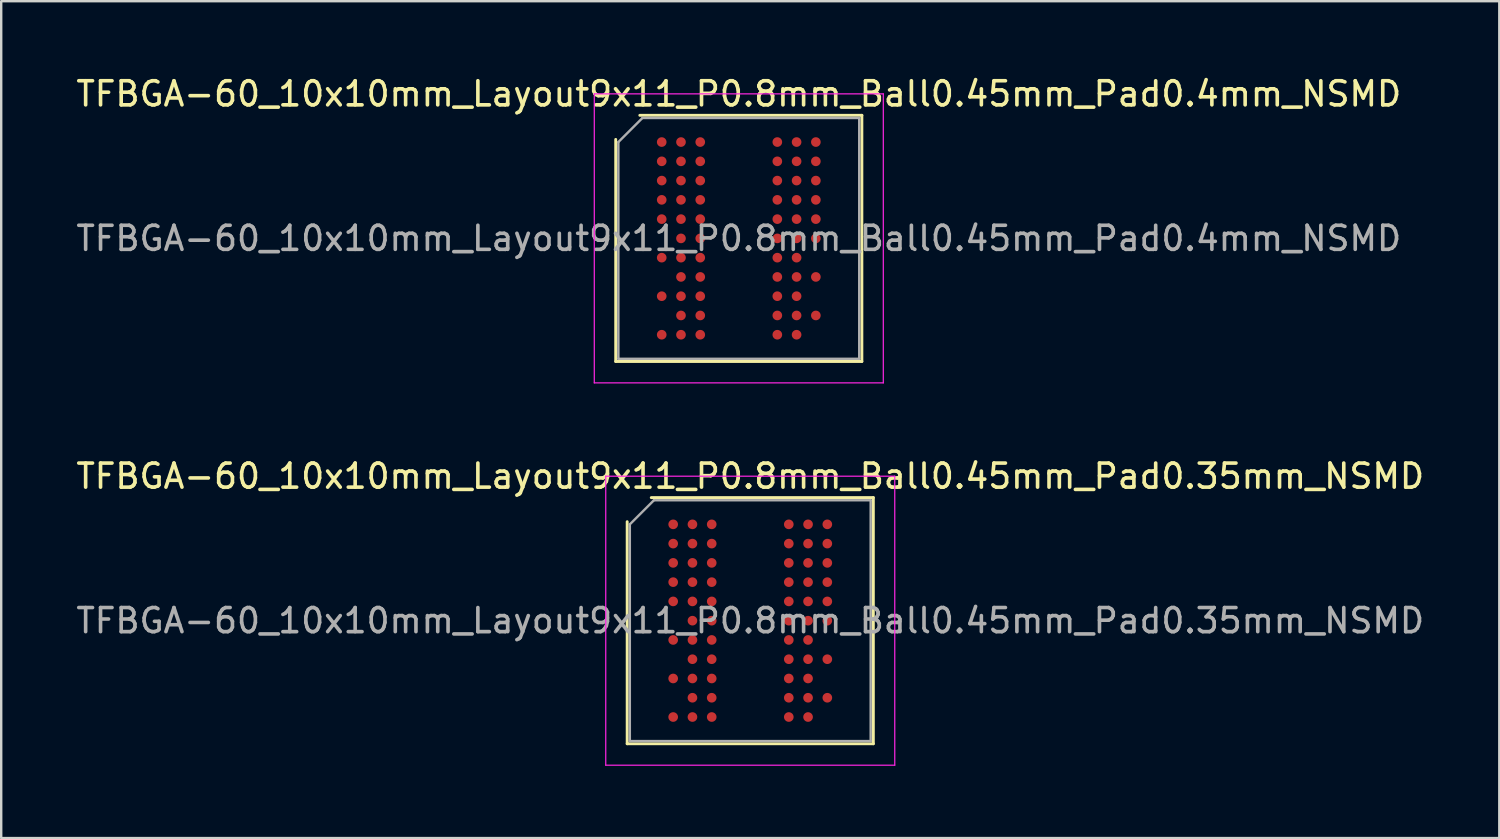
<source format=kicad_pcb>
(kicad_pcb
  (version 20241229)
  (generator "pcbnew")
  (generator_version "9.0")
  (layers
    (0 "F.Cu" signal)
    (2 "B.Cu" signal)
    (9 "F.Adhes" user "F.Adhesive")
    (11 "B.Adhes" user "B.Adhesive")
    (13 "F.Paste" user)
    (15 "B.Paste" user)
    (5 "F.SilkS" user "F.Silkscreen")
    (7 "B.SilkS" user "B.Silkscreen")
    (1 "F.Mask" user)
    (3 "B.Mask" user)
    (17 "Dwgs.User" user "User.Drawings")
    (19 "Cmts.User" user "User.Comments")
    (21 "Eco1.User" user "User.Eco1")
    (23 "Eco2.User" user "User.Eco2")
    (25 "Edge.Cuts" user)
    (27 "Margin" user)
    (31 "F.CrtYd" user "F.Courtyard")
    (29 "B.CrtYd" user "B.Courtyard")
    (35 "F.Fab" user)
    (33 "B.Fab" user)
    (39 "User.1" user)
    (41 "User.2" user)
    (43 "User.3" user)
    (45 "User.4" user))
  (footprint "TFBGA-60_10x10mm_Layout9x11_P0.8mm_Ball0.45mm_Pad0.35mm_NSMD"
    (layer "F.Cu")
    (at 28.101 22.721)
    (property "Reference" "TFBGA-60_10x10mm_Layout9x11_P0.8mm_Ball0.45mm_Pad0.35mm_NSMD" (at 0 -6 0) (layer "F.SilkS") (effects (font (size 1 1) (thickness 0.15))))
    (attr smd)
    (fp_line (start -5.11 5.11) (end -5.11 -4.11) (stroke (width 0.12) (type solid)) (layer "F.SilkS"))
    (fp_line (start -4.11 -5.11) (end 5.11 -5.11) (stroke (width 0.12) (type solid)) (layer "F.SilkS"))
    (fp_line (start 5.11 -5.11) (end 5.11 5.11) (stroke (width 0.12) (type solid)) (layer "F.SilkS"))
    (fp_line (start 5.11 5.11) (end -5.11 5.11) (stroke (width 0.12) (type solid)) (layer "F.SilkS"))
    (fp_line (start -6 -6) (end -6 6) (stroke (width 0.05) (type solid)) (layer "F.CrtYd"))
    (fp_line (start -6 6) (end 6 6) (stroke (width 0.05) (type solid)) (layer "F.CrtYd"))
    (fp_line (start 6 -6) (end -6 -6) (stroke (width 0.05) (type solid)) (layer "F.CrtYd"))
    (fp_line (start 6 6) (end 6 -6) (stroke (width 0.05) (type solid)) (layer "F.CrtYd"))
    (fp_line (start -5 -4) (end -4 -5) (stroke (width 0.1) (type solid)) (layer "F.Fab"))
    (fp_line (start -5 5) (end -5 -4) (stroke (width 0.1) (type solid)) (layer "F.Fab"))
    (fp_line (start -4 -5) (end 5 -5) (stroke (width 0.1) (type solid)) (layer "F.Fab"))
    (fp_line (start 5 -5) (end 5 5) (stroke (width 0.1) (type solid)) (layer "F.Fab"))
    (fp_line (start 5 5) (end -5 5) (stroke (width 0.1) (type solid)) (layer "F.Fab"))
    (fp_text user "${REFERENCE}" (at 0 0 0) (layer "F.Fab") (effects (font (size 1 1) (thickness 0.15))))
    (pad "A1" smd circle (at -3.2 -4) (size 0.4 0.4) (layers "F.Cu" "F.Mask" "F.Paste"))
    (pad "A2" smd circle (at -2.4 -4) (size 0.4 0.4) (layers "F.Cu" "F.Mask" "F.Paste"))
    (pad "A3" smd circle (at -1.6 -4) (size 0.4 0.4) (layers "F.Cu" "F.Mask" "F.Paste"))
    (pad "A7" smd circle (at 1.6 -4) (size 0.4 0.4) (layers "F.Cu" "F.Mask" "F.Paste"))
    (pad "A8" smd circle (at 2.4 -4) (size 0.4 0.4) (layers "F.Cu" "F.Mask" "F.Paste"))
    (pad "A9" smd circle (at 3.2 -4) (size 0.4 0.4) (layers "F.Cu" "F.Mask" "F.Paste"))
    (pad "B1" smd circle (at -3.2 -3.2) (size 0.4 0.4) (layers "F.Cu" "F.Mask" "F.Paste"))
    (pad "B2" smd circle (at -2.4 -3.2) (size 0.4 0.4) (layers "F.Cu" "F.Mask" "F.Paste"))
    (pad "B3" smd circle (at -1.6 -3.2) (size 0.4 0.4) (layers "F.Cu" "F.Mask" "F.Paste"))
    (pad "B7" smd circle (at 1.6 -3.2) (size 0.4 0.4) (layers "F.Cu" "F.Mask" "F.Paste"))
    (pad "B8" smd circle (at 2.4 -3.2) (size 0.4 0.4) (layers "F.Cu" "F.Mask" "F.Paste"))
    (pad "B9" smd circle (at 3.2 -3.2) (size 0.4 0.4) (layers "F.Cu" "F.Mask" "F.Paste"))
    (pad "C1" smd circle (at -3.2 -2.4) (size 0.4 0.4) (layers "F.Cu" "F.Mask" "F.Paste"))
    (pad "C2" smd circle (at -2.4 -2.4) (size 0.4 0.4) (layers "F.Cu" "F.Mask" "F.Paste"))
    (pad "C3" smd circle (at -1.6 -2.4) (size 0.4 0.4) (layers "F.Cu" "F.Mask" "F.Paste"))
    (pad "C7" smd circle (at 1.6 -2.4) (size 0.4 0.4) (layers "F.Cu" "F.Mask" "F.Paste"))
    (pad "C8" smd circle (at 2.4 -2.4) (size 0.4 0.4) (layers "F.Cu" "F.Mask" "F.Paste"))
    (pad "C9" smd circle (at 3.2 -2.4) (size 0.4 0.4) (layers "F.Cu" "F.Mask" "F.Paste"))
    (pad "D1" smd circle (at -3.2 -1.6) (size 0.4 0.4) (layers "F.Cu" "F.Mask" "F.Paste"))
    (pad "D2" smd circle (at -2.4 -1.6) (size 0.4 0.4) (layers "F.Cu" "F.Mask" "F.Paste"))
    (pad "D3" smd circle (at -1.6 -1.6) (size 0.4 0.4) (layers "F.Cu" "F.Mask" "F.Paste"))
    (pad "D7" smd circle (at 1.6 -1.6) (size 0.4 0.4) (layers "F.Cu" "F.Mask" "F.Paste"))
    (pad "D8" smd circle (at 2.4 -1.6) (size 0.4 0.4) (layers "F.Cu" "F.Mask" "F.Paste"))
    (pad "D9" smd circle (at 3.2 -1.6) (size 0.4 0.4) (layers "F.Cu" "F.Mask" "F.Paste"))
    (pad "E1" smd circle (at -3.2 -0.8) (size 0.4 0.4) (layers "F.Cu" "F.Mask" "F.Paste"))
    (pad "E2" smd circle (at -2.4 -0.8) (size 0.4 0.4) (layers "F.Cu" "F.Mask" "F.Paste"))
    (pad "E3" smd circle (at -1.6 -0.8) (size 0.4 0.4) (layers "F.Cu" "F.Mask" "F.Paste"))
    (pad "E7" smd circle (at 1.6 -0.8) (size 0.4 0.4) (layers "F.Cu" "F.Mask" "F.Paste"))
    (pad "E8" smd circle (at 2.4 -0.8) (size 0.4 0.4) (layers "F.Cu" "F.Mask" "F.Paste"))
    (pad "E9" smd circle (at 3.2 -0.8) (size 0.4 0.4) (layers "F.Cu" "F.Mask" "F.Paste"))
    (pad "F2" smd circle (at -2.4 0) (size 0.4 0.4) (layers "F.Cu" "F.Mask" "F.Paste"))
    (pad "F3" smd circle (at -1.6 0) (size 0.4 0.4) (layers "F.Cu" "F.Mask" "F.Paste"))
    (pad "F7" smd circle (at 1.6 0) (size 0.4 0.4) (layers "F.Cu" "F.Mask" "F.Paste"))
    (pad "F8" smd circle (at 2.4 0) (size 0.4 0.4) (layers "F.Cu" "F.Mask" "F.Paste"))
    (pad "F9" smd circle (at 3.2 0) (size 0.4 0.4) (layers "F.Cu" "F.Mask" "F.Paste"))
    (pad "G1" smd circle (at -3.2 0.8) (size 0.4 0.4) (layers "F.Cu" "F.Mask" "F.Paste"))
    (pad "G2" smd circle (at -2.4 0.8) (size 0.4 0.4) (layers "F.Cu" "F.Mask" "F.Paste"))
    (pad "G3" smd circle (at -1.6 0.8) (size 0.4 0.4) (layers "F.Cu" "F.Mask" "F.Paste"))
    (pad "G7" smd circle (at 1.6 0.8) (size 0.4 0.4) (layers "F.Cu" "F.Mask" "F.Paste"))
    (pad "G8" smd circle (at 2.4 0.8) (size 0.4 0.4) (layers "F.Cu" "F.Mask" "F.Paste"))
    (pad "H2" smd circle (at -2.4 1.6) (size 0.4 0.4) (layers "F.Cu" "F.Mask" "F.Paste"))
    (pad "H3" smd circle (at -1.6 1.6) (size 0.4 0.4) (layers "F.Cu" "F.Mask" "F.Paste"))
    (pad "H7" smd circle (at 1.6 1.6) (size 0.4 0.4) (layers "F.Cu" "F.Mask" "F.Paste"))
    (pad "H8" smd circle (at 2.4 1.6) (size 0.4 0.4) (layers "F.Cu" "F.Mask" "F.Paste"))
    (pad "H9" smd circle (at 3.2 1.6) (size 0.4 0.4) (layers "F.Cu" "F.Mask" "F.Paste"))
    (pad "J1" smd circle (at -3.2 2.4) (size 0.4 0.4) (layers "F.Cu" "F.Mask" "F.Paste"))
    (pad "J2" smd circle (at -2.4 2.4) (size 0.4 0.4) (layers "F.Cu" "F.Mask" "F.Paste"))
    (pad "J3" smd circle (at -1.6 2.4) (size 0.4 0.4) (layers "F.Cu" "F.Mask" "F.Paste"))
    (pad "J7" smd circle (at 1.6 2.4) (size 0.4 0.4) (layers "F.Cu" "F.Mask" "F.Paste"))
    (pad "J8" smd circle (at 2.4 2.4) (size 0.4 0.4) (layers "F.Cu" "F.Mask" "F.Paste"))
    (pad "K2" smd circle (at -2.4 3.2) (size 0.4 0.4) (layers "F.Cu" "F.Mask" "F.Paste"))
    (pad "K3" smd circle (at -1.6 3.2) (size 0.4 0.4) (layers "F.Cu" "F.Mask" "F.Paste"))
    (pad "K7" smd circle (at 1.6 3.2) (size 0.4 0.4) (layers "F.Cu" "F.Mask" "F.Paste"))
    (pad "K8" smd circle (at 2.4 3.2) (size 0.4 0.4) (layers "F.Cu" "F.Mask" "F.Paste"))
    (pad "K9" smd circle (at 3.2 3.2) (size 0.4 0.4) (layers "F.Cu" "F.Mask" "F.Paste"))
    (pad "L1" smd circle (at -3.2 4) (size 0.4 0.4) (layers "F.Cu" "F.Mask" "F.Paste"))
    (pad "L2" smd circle (at -2.4 4) (size 0.4 0.4) (layers "F.Cu" "F.Mask" "F.Paste"))
    (pad "L3" smd circle (at -1.6 4) (size 0.4 0.4) (layers "F.Cu" "F.Mask" "F.Paste"))
    (pad "L7" smd circle (at 1.6 4) (size 0.4 0.4) (layers "F.Cu" "F.Mask" "F.Paste"))
    (pad "L8" smd circle (at 2.4 4) (size 0.4 0.4) (layers "F.Cu" "F.Mask" "F.Paste")))
  (footprint "TFBGA-60_10x10mm_Layout9x11_P0.8mm_Ball0.45mm_Pad0.4mm_NSMD"
    (layer "F.Cu")
    (at 27.625 6.848)
    (property "Reference" "TFBGA-60_10x10mm_Layout9x11_P0.8mm_Ball0.45mm_Pad0.4mm_NSMD" (at 0 -6 0) (layer "F.SilkS") (effects (font (size 1 1) (thickness 0.15))))
    (attr smd)
    (fp_line (start -5.11 5.11) (end -5.11 -4.11) (stroke (width 0.12) (type solid)) (layer "F.SilkS"))
    (fp_line (start -4.11 -5.11) (end 5.11 -5.11) (stroke (width 0.12) (type solid)) (layer "F.SilkS"))
    (fp_line (start 5.11 -5.11) (end 5.11 5.11) (stroke (width 0.12) (type solid)) (layer "F.SilkS"))
    (fp_line (start 5.11 5.11) (end -5.11 5.11) (stroke (width 0.12) (type solid)) (layer "F.SilkS"))
    (fp_line (start -6 -6) (end -6 6) (stroke (width 0.05) (type solid)) (layer "F.CrtYd"))
    (fp_line (start -6 6) (end 6 6) (stroke (width 0.05) (type solid)) (layer "F.CrtYd"))
    (fp_line (start 6 -6) (end -6 -6) (stroke (width 0.05) (type solid)) (layer "F.CrtYd"))
    (fp_line (start 6 6) (end 6 -6) (stroke (width 0.05) (type solid)) (layer "F.CrtYd"))
    (fp_line (start -5 -4) (end -4 -5) (stroke (width 0.1) (type solid)) (layer "F.Fab"))
    (fp_line (start -5 5) (end -5 -4) (stroke (width 0.1) (type solid)) (layer "F.Fab"))
    (fp_line (start -4 -5) (end 5 -5) (stroke (width 0.1) (type solid)) (layer "F.Fab"))
    (fp_line (start 5 -5) (end 5 5) (stroke (width 0.1) (type solid)) (layer "F.Fab"))
    (fp_line (start 5 5) (end -5 5) (stroke (width 0.1) (type solid)) (layer "F.Fab"))
    (fp_text user "${REFERENCE}" (at 0 0 0) (layer "F.Fab") (effects (font (size 1 1) (thickness 0.15))))
    (pad "A1" smd circle (at -3.2 -4) (size 0.4 0.4) (layers "F.Cu" "F.Mask" "F.Paste"))
    (pad "A2" smd circle (at -2.4 -4) (size 0.4 0.4) (layers "F.Cu" "F.Mask" "F.Paste"))
    (pad "A3" smd circle (at -1.6 -4) (size 0.4 0.4) (layers "F.Cu" "F.Mask" "F.Paste"))
    (pad "A7" smd circle (at 1.6 -4) (size 0.4 0.4) (layers "F.Cu" "F.Mask" "F.Paste"))
    (pad "A8" smd circle (at 2.4 -4) (size 0.4 0.4) (layers "F.Cu" "F.Mask" "F.Paste"))
    (pad "A9" smd circle (at 3.2 -4) (size 0.4 0.4) (layers "F.Cu" "F.Mask" "F.Paste"))
    (pad "B1" smd circle (at -3.2 -3.2) (size 0.4 0.4) (layers "F.Cu" "F.Mask" "F.Paste"))
    (pad "B2" smd circle (at -2.4 -3.2) (size 0.4 0.4) (layers "F.Cu" "F.Mask" "F.Paste"))
    (pad "B3" smd circle (at -1.6 -3.2) (size 0.4 0.4) (layers "F.Cu" "F.Mask" "F.Paste"))
    (pad "B7" smd circle (at 1.6 -3.2) (size 0.4 0.4) (layers "F.Cu" "F.Mask" "F.Paste"))
    (pad "B8" smd circle (at 2.4 -3.2) (size 0.4 0.4) (layers "F.Cu" "F.Mask" "F.Paste"))
    (pad "B9" smd circle (at 3.2 -3.2) (size 0.4 0.4) (layers "F.Cu" "F.Mask" "F.Paste"))
    (pad "C1" smd circle (at -3.2 -2.4) (size 0.4 0.4) (layers "F.Cu" "F.Mask" "F.Paste"))
    (pad "C2" smd circle (at -2.4 -2.4) (size 0.4 0.4) (layers "F.Cu" "F.Mask" "F.Paste"))
    (pad "C3" smd circle (at -1.6 -2.4) (size 0.4 0.4) (layers "F.Cu" "F.Mask" "F.Paste"))
    (pad "C7" smd circle (at 1.6 -2.4) (size 0.4 0.4) (layers "F.Cu" "F.Mask" "F.Paste"))
    (pad "C8" smd circle (at 2.4 -2.4) (size 0.4 0.4) (layers "F.Cu" "F.Mask" "F.Paste"))
    (pad "C9" smd circle (at 3.2 -2.4) (size 0.4 0.4) (layers "F.Cu" "F.Mask" "F.Paste"))
    (pad "D1" smd circle (at -3.2 -1.6) (size 0.4 0.4) (layers "F.Cu" "F.Mask" "F.Paste"))
    (pad "D2" smd circle (at -2.4 -1.6) (size 0.4 0.4) (layers "F.Cu" "F.Mask" "F.Paste"))
    (pad "D3" smd circle (at -1.6 -1.6) (size 0.4 0.4) (layers "F.Cu" "F.Mask" "F.Paste"))
    (pad "D7" smd circle (at 1.6 -1.6) (size 0.4 0.4) (layers "F.Cu" "F.Mask" "F.Paste"))
    (pad "D8" smd circle (at 2.4 -1.6) (size 0.4 0.4) (layers "F.Cu" "F.Mask" "F.Paste"))
    (pad "D9" smd circle (at 3.2 -1.6) (size 0.4 0.4) (layers "F.Cu" "F.Mask" "F.Paste"))
    (pad "E1" smd circle (at -3.2 -0.8) (size 0.4 0.4) (layers "F.Cu" "F.Mask" "F.Paste"))
    (pad "E2" smd circle (at -2.4 -0.8) (size 0.4 0.4) (layers "F.Cu" "F.Mask" "F.Paste"))
    (pad "E3" smd circle (at -1.6 -0.8) (size 0.4 0.4) (layers "F.Cu" "F.Mask" "F.Paste"))
    (pad "E7" smd circle (at 1.6 -0.8) (size 0.4 0.4) (layers "F.Cu" "F.Mask" "F.Paste"))
    (pad "E8" smd circle (at 2.4 -0.8) (size 0.4 0.4) (layers "F.Cu" "F.Mask" "F.Paste"))
    (pad "E9" smd circle (at 3.2 -0.8) (size 0.4 0.4) (layers "F.Cu" "F.Mask" "F.Paste"))
    (pad "F2" smd circle (at -2.4 0) (size 0.4 0.4) (layers "F.Cu" "F.Mask" "F.Paste"))
    (pad "F3" smd circle (at -1.6 0) (size 0.4 0.4) (layers "F.Cu" "F.Mask" "F.Paste"))
    (pad "F7" smd circle (at 1.6 0) (size 0.4 0.4) (layers "F.Cu" "F.Mask" "F.Paste"))
    (pad "F8" smd circle (at 2.4 0) (size 0.4 0.4) (layers "F.Cu" "F.Mask" "F.Paste"))
    (pad "F9" smd circle (at 3.2 0) (size 0.4 0.4) (layers "F.Cu" "F.Mask" "F.Paste"))
    (pad "G1" smd circle (at -3.2 0.8) (size 0.4 0.4) (layers "F.Cu" "F.Mask" "F.Paste"))
    (pad "G2" smd circle (at -2.4 0.8) (size 0.4 0.4) (layers "F.Cu" "F.Mask" "F.Paste"))
    (pad "G3" smd circle (at -1.6 0.8) (size 0.4 0.4) (layers "F.Cu" "F.Mask" "F.Paste"))
    (pad "G7" smd circle (at 1.6 0.8) (size 0.4 0.4) (layers "F.Cu" "F.Mask" "F.Paste"))
    (pad "G8" smd circle (at 2.4 0.8) (size 0.4 0.4) (layers "F.Cu" "F.Mask" "F.Paste"))
    (pad "H2" smd circle (at -2.4 1.6) (size 0.4 0.4) (layers "F.Cu" "F.Mask" "F.Paste"))
    (pad "H3" smd circle (at -1.6 1.6) (size 0.4 0.4) (layers "F.Cu" "F.Mask" "F.Paste"))
    (pad "H7" smd circle (at 1.6 1.6) (size 0.4 0.4) (layers "F.Cu" "F.Mask" "F.Paste"))
    (pad "H8" smd circle (at 2.4 1.6) (size 0.4 0.4) (layers "F.Cu" "F.Mask" "F.Paste"))
    (pad "H9" smd circle (at 3.2 1.6) (size 0.4 0.4) (layers "F.Cu" "F.Mask" "F.Paste"))
    (pad "J1" smd circle (at -3.2 2.4) (size 0.4 0.4) (layers "F.Cu" "F.Mask" "F.Paste"))
    (pad "J2" smd circle (at -2.4 2.4) (size 0.4 0.4) (layers "F.Cu" "F.Mask" "F.Paste"))
    (pad "J3" smd circle (at -1.6 2.4) (size 0.4 0.4) (layers "F.Cu" "F.Mask" "F.Paste"))
    (pad "J7" smd circle (at 1.6 2.4) (size 0.4 0.4) (layers "F.Cu" "F.Mask" "F.Paste"))
    (pad "J8" smd circle (at 2.4 2.4) (size 0.4 0.4) (layers "F.Cu" "F.Mask" "F.Paste"))
    (pad "K2" smd circle (at -2.4 3.2) (size 0.4 0.4) (layers "F.Cu" "F.Mask" "F.Paste"))
    (pad "K3" smd circle (at -1.6 3.2) (size 0.4 0.4) (layers "F.Cu" "F.Mask" "F.Paste"))
    (pad "K7" smd circle (at 1.6 3.2) (size 0.4 0.4) (layers "F.Cu" "F.Mask" "F.Paste"))
    (pad "K8" smd circle (at 2.4 3.2) (size 0.4 0.4) (layers "F.Cu" "F.Mask" "F.Paste"))
    (pad "K9" smd circle (at 3.2 3.2) (size 0.4 0.4) (layers "F.Cu" "F.Mask" "F.Paste"))
    (pad "L1" smd circle (at -3.2 4) (size 0.4 0.4) (layers "F.Cu" "F.Mask" "F.Paste"))
    (pad "L2" smd circle (at -2.4 4) (size 0.4 0.4) (layers "F.Cu" "F.Mask" "F.Paste"))
    (pad "L3" smd circle (at -1.6 4) (size 0.4 0.4) (layers "F.Cu" "F.Mask" "F.Paste"))
    (pad "L7" smd circle (at 1.6 4) (size 0.4 0.4) (layers "F.Cu" "F.Mask" "F.Paste"))
    (pad "L8" smd circle (at 2.4 4) (size 0.4 0.4) (layers "F.Cu" "F.Mask" "F.Paste")))
  (gr_rect
    (start -3 -3)
    (end 59.202 31.747)
    (stroke (width 0.1) (type default))
    (fill no)
    (layer "Edge.Cuts")))
</source>
